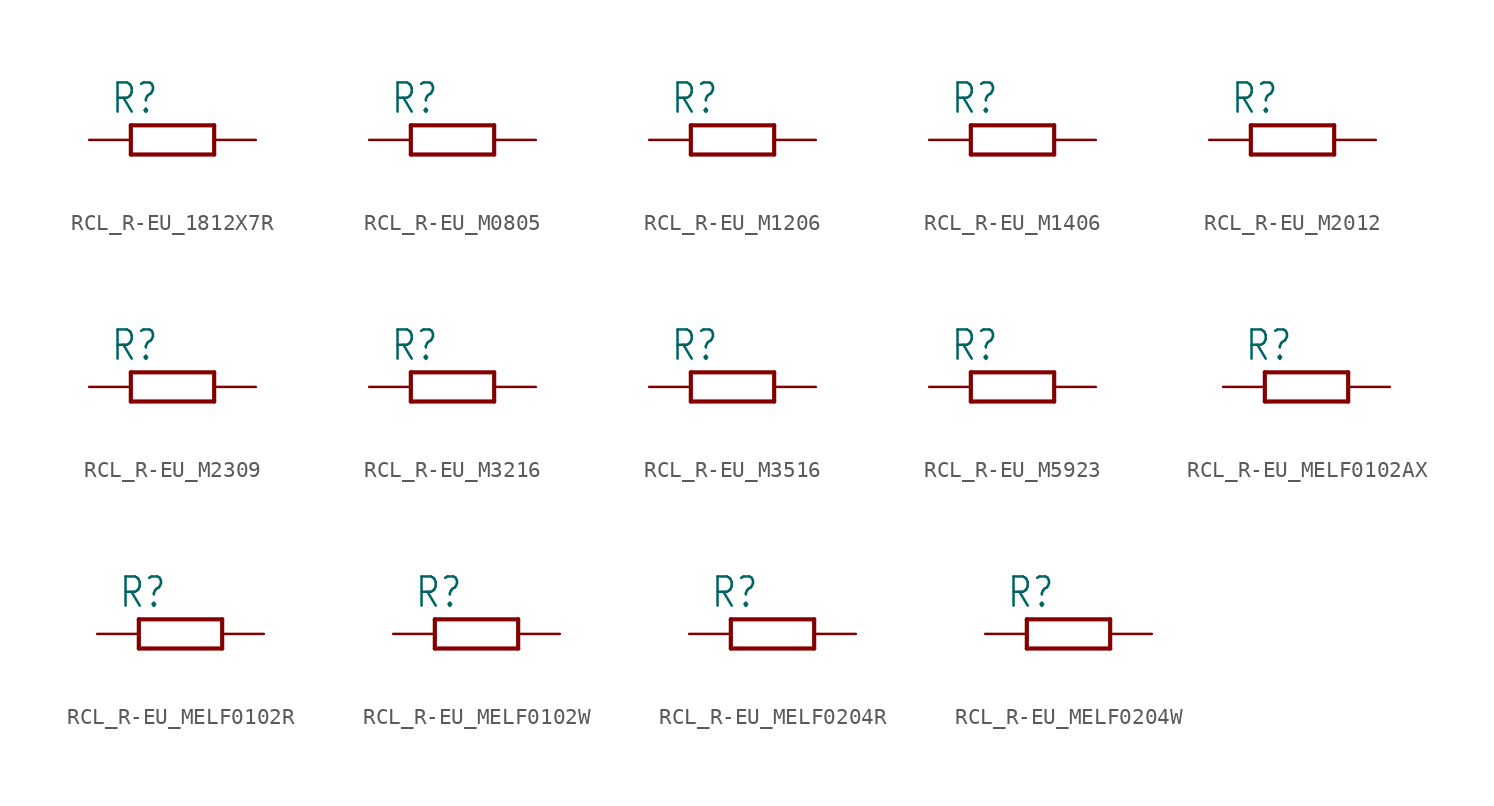
<source format=kicad_sym>
(kicad_symbol_lib
  (version 20241209)
  (generator "kicad_symbol_editor")
  (generator_version "9.0")
  (symbol "RCL_R-EU_1812X7R"
    (property "Reference" "R"
      (at -3.81 1.499 0)
      (effects (font (size 1.778 1.511)) (justify left bottom)))
    (property "Value" ""
      (at -3.81 -3.302 0)
      (effects (font (size 1.778 1.511)) (justify left bottom)))
    (property "ki_locked" ""
      (at 0 0 0)
      (effects (font (size 1.27 1.27))))
    (symbol "RCL_R-EU_1812X7R_1_0"
      (polyline (pts (xy -2.54 -0.889) (xy -2.54 0.889)) (stroke (width 0.254) (type solid)) (fill (type none)))
      (polyline (pts (xy -2.54 -0.889) (xy 2.54 -0.889)) (stroke (width 0.254) (type solid)) (fill (type none)))
      (polyline (pts (xy 2.54 0.889) (xy -2.54 0.889)) (stroke (width 0.254) (type solid)) (fill (type none)))
      (polyline (pts (xy 2.54 -0.889) (xy 2.54 0.889)) (stroke (width 0.254) (type solid)) (fill (type none)))
      (pin passive line (at -5.08 0 0) (length 2.54) (name "1" (effects (font (size 0 0)))) (number "1" (effects (font (size 0 0)))))
      (pin passive line (at 5.08 0 180) (length 2.54) (name "2" (effects (font (size 0 0)))) (number "2" (effects (font (size 0 0)))))))
  (symbol "RCL_R-EU_M0805"
    (property "Reference" "R"
      (at -3.81 1.499 0)
      (effects (font (size 1.778 1.511)) (justify left bottom)))
    (property "Value" ""
      (at -3.81 -3.302 0)
      (effects (font (size 1.778 1.511)) (justify left bottom)))
    (property "ki_locked" ""
      (at 0 0 0)
      (effects (font (size 1.27 1.27))))
    (symbol "RCL_R-EU_M0805_1_0"
      (polyline (pts (xy -2.54 -0.889) (xy -2.54 0.889)) (stroke (width 0.254) (type solid)) (fill (type none)))
      (polyline (pts (xy -2.54 -0.889) (xy 2.54 -0.889)) (stroke (width 0.254) (type solid)) (fill (type none)))
      (polyline (pts (xy 2.54 0.889) (xy -2.54 0.889)) (stroke (width 0.254) (type solid)) (fill (type none)))
      (polyline (pts (xy 2.54 -0.889) (xy 2.54 0.889)) (stroke (width 0.254) (type solid)) (fill (type none)))
      (pin passive line (at -5.08 0 0) (length 2.54) (name "1" (effects (font (size 0 0)))) (number "1" (effects (font (size 0 0)))))
      (pin passive line (at 5.08 0 180) (length 2.54) (name "2" (effects (font (size 0 0)))) (number "2" (effects (font (size 0 0)))))))
  (symbol "RCL_R-EU_M1206"
    (property "Reference" "R"
      (at -3.81 1.499 0)
      (effects (font (size 1.778 1.511)) (justify left bottom)))
    (property "Value" ""
      (at -3.81 -3.302 0)
      (effects (font (size 1.778 1.511)) (justify left bottom)))
    (property "ki_locked" ""
      (at 0 0 0)
      (effects (font (size 1.27 1.27))))
    (symbol "RCL_R-EU_M1206_1_0"
      (polyline (pts (xy -2.54 -0.889) (xy -2.54 0.889)) (stroke (width 0.254) (type solid)) (fill (type none)))
      (polyline (pts (xy -2.54 -0.889) (xy 2.54 -0.889)) (stroke (width 0.254) (type solid)) (fill (type none)))
      (polyline (pts (xy 2.54 0.889) (xy -2.54 0.889)) (stroke (width 0.254) (type solid)) (fill (type none)))
      (polyline (pts (xy 2.54 -0.889) (xy 2.54 0.889)) (stroke (width 0.254) (type solid)) (fill (type none)))
      (pin passive line (at -5.08 0 0) (length 2.54) (name "1" (effects (font (size 0 0)))) (number "1" (effects (font (size 0 0)))))
      (pin passive line (at 5.08 0 180) (length 2.54) (name "2" (effects (font (size 0 0)))) (number "2" (effects (font (size 0 0)))))))
  (symbol "RCL_R-EU_M1406"
    (property "Reference" "R"
      (at -3.81 1.499 0)
      (effects (font (size 1.778 1.511)) (justify left bottom)))
    (property "Value" ""
      (at -3.81 -3.302 0)
      (effects (font (size 1.778 1.511)) (justify left bottom)))
    (property "ki_locked" ""
      (at 0 0 0)
      (effects (font (size 1.27 1.27))))
    (symbol "RCL_R-EU_M1406_1_0"
      (polyline (pts (xy -2.54 -0.889) (xy -2.54 0.889)) (stroke (width 0.254) (type solid)) (fill (type none)))
      (polyline (pts (xy -2.54 -0.889) (xy 2.54 -0.889)) (stroke (width 0.254) (type solid)) (fill (type none)))
      (polyline (pts (xy 2.54 0.889) (xy -2.54 0.889)) (stroke (width 0.254) (type solid)) (fill (type none)))
      (polyline (pts (xy 2.54 -0.889) (xy 2.54 0.889)) (stroke (width 0.254) (type solid)) (fill (type none)))
      (pin passive line (at -5.08 0 0) (length 2.54) (name "1" (effects (font (size 0 0)))) (number "1" (effects (font (size 0 0)))))
      (pin passive line (at 5.08 0 180) (length 2.54) (name "2" (effects (font (size 0 0)))) (number "2" (effects (font (size 0 0)))))))
  (symbol "RCL_R-EU_M2012"
    (property "Reference" "R"
      (at -3.81 1.499 0)
      (effects (font (size 1.778 1.511)) (justify left bottom)))
    (property "Value" ""
      (at -3.81 -3.302 0)
      (effects (font (size 1.778 1.511)) (justify left bottom)))
    (property "ki_locked" ""
      (at 0 0 0)
      (effects (font (size 1.27 1.27))))
    (symbol "RCL_R-EU_M2012_1_0"
      (polyline (pts (xy -2.54 -0.889) (xy -2.54 0.889)) (stroke (width 0.254) (type solid)) (fill (type none)))
      (polyline (pts (xy -2.54 -0.889) (xy 2.54 -0.889)) (stroke (width 0.254) (type solid)) (fill (type none)))
      (polyline (pts (xy 2.54 0.889) (xy -2.54 0.889)) (stroke (width 0.254) (type solid)) (fill (type none)))
      (polyline (pts (xy 2.54 -0.889) (xy 2.54 0.889)) (stroke (width 0.254) (type solid)) (fill (type none)))
      (pin passive line (at -5.08 0 0) (length 2.54) (name "1" (effects (font (size 0 0)))) (number "1" (effects (font (size 0 0)))))
      (pin passive line (at 5.08 0 180) (length 2.54) (name "2" (effects (font (size 0 0)))) (number "2" (effects (font (size 0 0)))))))
  (symbol "RCL_R-EU_M2309"
    (property "Reference" "R"
      (at -3.81 1.499 0)
      (effects (font (size 1.778 1.511)) (justify left bottom)))
    (property "Value" ""
      (at -3.81 -3.302 0)
      (effects (font (size 1.778 1.511)) (justify left bottom)))
    (property "ki_locked" ""
      (at 0 0 0)
      (effects (font (size 1.27 1.27))))
    (symbol "RCL_R-EU_M2309_1_0"
      (polyline (pts (xy -2.54 -0.889) (xy -2.54 0.889)) (stroke (width 0.254) (type solid)) (fill (type none)))
      (polyline (pts (xy -2.54 -0.889) (xy 2.54 -0.889)) (stroke (width 0.254) (type solid)) (fill (type none)))
      (polyline (pts (xy 2.54 0.889) (xy -2.54 0.889)) (stroke (width 0.254) (type solid)) (fill (type none)))
      (polyline (pts (xy 2.54 -0.889) (xy 2.54 0.889)) (stroke (width 0.254) (type solid)) (fill (type none)))
      (pin passive line (at -5.08 0 0) (length 2.54) (name "1" (effects (font (size 0 0)))) (number "1" (effects (font (size 0 0)))))
      (pin passive line (at 5.08 0 180) (length 2.54) (name "2" (effects (font (size 0 0)))) (number "2" (effects (font (size 0 0)))))))
  (symbol "RCL_R-EU_M3216"
    (property "Reference" "R"
      (at -3.81 1.499 0)
      (effects (font (size 1.778 1.511)) (justify left bottom)))
    (property "Value" ""
      (at -3.81 -3.302 0)
      (effects (font (size 1.778 1.511)) (justify left bottom)))
    (property "ki_locked" ""
      (at 0 0 0)
      (effects (font (size 1.27 1.27))))
    (symbol "RCL_R-EU_M3216_1_0"
      (polyline (pts (xy -2.54 -0.889) (xy -2.54 0.889)) (stroke (width 0.254) (type solid)) (fill (type none)))
      (polyline (pts (xy -2.54 -0.889) (xy 2.54 -0.889)) (stroke (width 0.254) (type solid)) (fill (type none)))
      (polyline (pts (xy 2.54 0.889) (xy -2.54 0.889)) (stroke (width 0.254) (type solid)) (fill (type none)))
      (polyline (pts (xy 2.54 -0.889) (xy 2.54 0.889)) (stroke (width 0.254) (type solid)) (fill (type none)))
      (pin passive line (at -5.08 0 0) (length 2.54) (name "1" (effects (font (size 0 0)))) (number "1" (effects (font (size 0 0)))))
      (pin passive line (at 5.08 0 180) (length 2.54) (name "2" (effects (font (size 0 0)))) (number "2" (effects (font (size 0 0)))))))
  (symbol "RCL_R-EU_M3516"
    (property "Reference" "R"
      (at -3.81 1.499 0)
      (effects (font (size 1.778 1.511)) (justify left bottom)))
    (property "Value" ""
      (at -3.81 -3.302 0)
      (effects (font (size 1.778 1.511)) (justify left bottom)))
    (property "ki_locked" ""
      (at 0 0 0)
      (effects (font (size 1.27 1.27))))
    (symbol "RCL_R-EU_M3516_1_0"
      (polyline (pts (xy -2.54 -0.889) (xy -2.54 0.889)) (stroke (width 0.254) (type solid)) (fill (type none)))
      (polyline (pts (xy -2.54 -0.889) (xy 2.54 -0.889)) (stroke (width 0.254) (type solid)) (fill (type none)))
      (polyline (pts (xy 2.54 0.889) (xy -2.54 0.889)) (stroke (width 0.254) (type solid)) (fill (type none)))
      (polyline (pts (xy 2.54 -0.889) (xy 2.54 0.889)) (stroke (width 0.254) (type solid)) (fill (type none)))
      (pin passive line (at -5.08 0 0) (length 2.54) (name "1" (effects (font (size 0 0)))) (number "1" (effects (font (size 0 0)))))
      (pin passive line (at 5.08 0 180) (length 2.54) (name "2" (effects (font (size 0 0)))) (number "2" (effects (font (size 0 0)))))))
  (symbol "RCL_R-EU_M5923"
    (property "Reference" "R"
      (at -3.81 1.499 0)
      (effects (font (size 1.778 1.511)) (justify left bottom)))
    (property "Value" ""
      (at -3.81 -3.302 0)
      (effects (font (size 1.778 1.511)) (justify left bottom)))
    (property "ki_locked" ""
      (at 0 0 0)
      (effects (font (size 1.27 1.27))))
    (symbol "RCL_R-EU_M5923_1_0"
      (polyline (pts (xy -2.54 -0.889) (xy -2.54 0.889)) (stroke (width 0.254) (type solid)) (fill (type none)))
      (polyline (pts (xy -2.54 -0.889) (xy 2.54 -0.889)) (stroke (width 0.254) (type solid)) (fill (type none)))
      (polyline (pts (xy 2.54 0.889) (xy -2.54 0.889)) (stroke (width 0.254) (type solid)) (fill (type none)))
      (polyline (pts (xy 2.54 -0.889) (xy 2.54 0.889)) (stroke (width 0.254) (type solid)) (fill (type none)))
      (pin passive line (at -5.08 0 0) (length 2.54) (name "1" (effects (font (size 0 0)))) (number "1" (effects (font (size 0 0)))))
      (pin passive line (at 5.08 0 180) (length 2.54) (name "2" (effects (font (size 0 0)))) (number "2" (effects (font (size 0 0)))))))
  (symbol "RCL_R-EU_MELF0102AX"
    (property "Reference" "R"
      (at -3.81 1.499 0)
      (effects (font (size 1.778 1.511)) (justify left bottom)))
    (property "Value" ""
      (at -3.81 -3.302 0)
      (effects (font (size 1.778 1.511)) (justify left bottom)))
    (property "ki_locked" ""
      (at 0 0 0)
      (effects (font (size 1.27 1.27))))
    (symbol "RCL_R-EU_MELF0102AX_1_0"
      (polyline (pts (xy -2.54 -0.889) (xy -2.54 0.889)) (stroke (width 0.254) (type solid)) (fill (type none)))
      (polyline (pts (xy -2.54 -0.889) (xy 2.54 -0.889)) (stroke (width 0.254) (type solid)) (fill (type none)))
      (polyline (pts (xy 2.54 0.889) (xy -2.54 0.889)) (stroke (width 0.254) (type solid)) (fill (type none)))
      (polyline (pts (xy 2.54 -0.889) (xy 2.54 0.889)) (stroke (width 0.254) (type solid)) (fill (type none)))
      (pin passive line (at -5.08 0 0) (length 2.54) (name "1" (effects (font (size 0 0)))) (number "1" (effects (font (size 0 0)))))
      (pin passive line (at 5.08 0 180) (length 2.54) (name "2" (effects (font (size 0 0)))) (number "2" (effects (font (size 0 0)))))))
  (symbol "RCL_R-EU_MELF0102R"
    (property "Reference" "R"
      (at -3.81 1.499 0)
      (effects (font (size 1.778 1.511)) (justify left bottom)))
    (property "Value" ""
      (at -3.81 -3.302 0)
      (effects (font (size 1.778 1.511)) (justify left bottom)))
    (property "ki_locked" ""
      (at 0 0 0)
      (effects (font (size 1.27 1.27))))
    (symbol "RCL_R-EU_MELF0102R_1_0"
      (polyline (pts (xy -2.54 -0.889) (xy -2.54 0.889)) (stroke (width 0.254) (type solid)) (fill (type none)))
      (polyline (pts (xy -2.54 -0.889) (xy 2.54 -0.889)) (stroke (width 0.254) (type solid)) (fill (type none)))
      (polyline (pts (xy 2.54 0.889) (xy -2.54 0.889)) (stroke (width 0.254) (type solid)) (fill (type none)))
      (polyline (pts (xy 2.54 -0.889) (xy 2.54 0.889)) (stroke (width 0.254) (type solid)) (fill (type none)))
      (pin passive line (at -5.08 0 0) (length 2.54) (name "1" (effects (font (size 0 0)))) (number "1" (effects (font (size 0 0)))))
      (pin passive line (at 5.08 0 180) (length 2.54) (name "2" (effects (font (size 0 0)))) (number "2" (effects (font (size 0 0)))))))
  (symbol "RCL_R-EU_MELF0102W"
    (property "Reference" "R"
      (at -3.81 1.499 0)
      (effects (font (size 1.778 1.511)) (justify left bottom)))
    (property "Value" ""
      (at -3.81 -3.302 0)
      (effects (font (size 1.778 1.511)) (justify left bottom)))
    (property "ki_locked" ""
      (at 0 0 0)
      (effects (font (size 1.27 1.27))))
    (symbol "RCL_R-EU_MELF0102W_1_0"
      (polyline (pts (xy -2.54 -0.889) (xy -2.54 0.889)) (stroke (width 0.254) (type solid)) (fill (type none)))
      (polyline (pts (xy -2.54 -0.889) (xy 2.54 -0.889)) (stroke (width 0.254) (type solid)) (fill (type none)))
      (polyline (pts (xy 2.54 0.889) (xy -2.54 0.889)) (stroke (width 0.254) (type solid)) (fill (type none)))
      (polyline (pts (xy 2.54 -0.889) (xy 2.54 0.889)) (stroke (width 0.254) (type solid)) (fill (type none)))
      (pin passive line (at -5.08 0 0) (length 2.54) (name "1" (effects (font (size 0 0)))) (number "1" (effects (font (size 0 0)))))
      (pin passive line (at 5.08 0 180) (length 2.54) (name "2" (effects (font (size 0 0)))) (number "2" (effects (font (size 0 0)))))))
  (symbol "RCL_R-EU_MELF0204R"
    (property "Reference" "R"
      (at -3.81 1.499 0)
      (effects (font (size 1.778 1.511)) (justify left bottom)))
    (property "Value" ""
      (at -3.81 -3.302 0)
      (effects (font (size 1.778 1.511)) (justify left bottom)))
    (property "ki_locked" ""
      (at 0 0 0)
      (effects (font (size 1.27 1.27))))
    (symbol "RCL_R-EU_MELF0204R_1_0"
      (polyline (pts (xy -2.54 -0.889) (xy -2.54 0.889)) (stroke (width 0.254) (type solid)) (fill (type none)))
      (polyline (pts (xy -2.54 -0.889) (xy 2.54 -0.889)) (stroke (width 0.254) (type solid)) (fill (type none)))
      (polyline (pts (xy 2.54 0.889) (xy -2.54 0.889)) (stroke (width 0.254) (type solid)) (fill (type none)))
      (polyline (pts (xy 2.54 -0.889) (xy 2.54 0.889)) (stroke (width 0.254) (type solid)) (fill (type none)))
      (pin passive line (at -5.08 0 0) (length 2.54) (name "1" (effects (font (size 0 0)))) (number "1" (effects (font (size 0 0)))))
      (pin passive line (at 5.08 0 180) (length 2.54) (name "2" (effects (font (size 0 0)))) (number "2" (effects (font (size 0 0)))))))
  (symbol "RCL_R-EU_MELF0204W"
    (property "Reference" "R"
      (at -3.81 1.499 0)
      (effects (font (size 1.778 1.511)) (justify left bottom)))
    (property "Value" ""
      (at -3.81 -3.302 0)
      (effects (font (size 1.778 1.511)) (justify left bottom)))
    (property "ki_locked" ""
      (at 0 0 0)
      (effects (font (size 1.27 1.27))))
    (symbol "RCL_R-EU_MELF0204W_1_0"
      (polyline (pts (xy -2.54 -0.889) (xy -2.54 0.889)) (stroke (width 0.254) (type solid)) (fill (type none)))
      (polyline (pts (xy -2.54 -0.889) (xy 2.54 -0.889)) (stroke (width 0.254) (type solid)) (fill (type none)))
      (polyline (pts (xy 2.54 0.889) (xy -2.54 0.889)) (stroke (width 0.254) (type solid)) (fill (type none)))
      (polyline (pts (xy 2.54 -0.889) (xy 2.54 0.889)) (stroke (width 0.254) (type solid)) (fill (type none)))
      (pin passive line (at -5.08 0 0) (length 2.54) (name "1" (effects (font (size 0 0)))) (number "1" (effects (font (size 0 0)))))
      (pin passive line (at 5.08 0 180) (length 2.54) (name "2" (effects (font (size 0 0)))) (number "2" (effects (font (size 0 0))))))))
</source>
